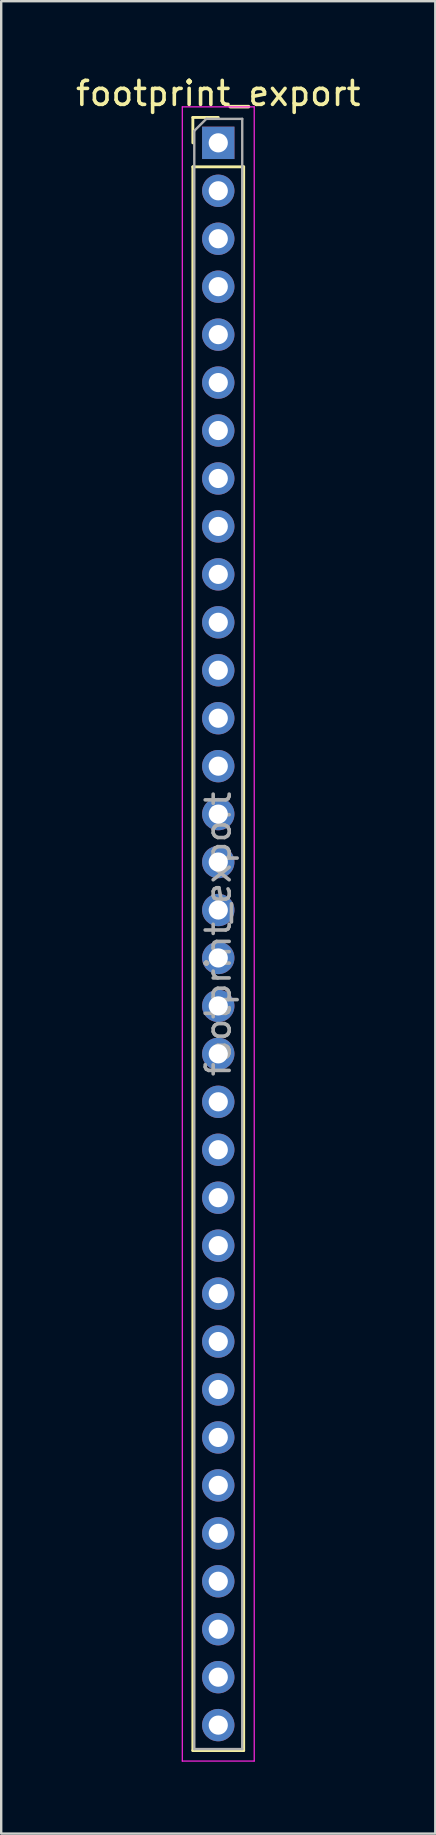
<source format=kicad_pcb>
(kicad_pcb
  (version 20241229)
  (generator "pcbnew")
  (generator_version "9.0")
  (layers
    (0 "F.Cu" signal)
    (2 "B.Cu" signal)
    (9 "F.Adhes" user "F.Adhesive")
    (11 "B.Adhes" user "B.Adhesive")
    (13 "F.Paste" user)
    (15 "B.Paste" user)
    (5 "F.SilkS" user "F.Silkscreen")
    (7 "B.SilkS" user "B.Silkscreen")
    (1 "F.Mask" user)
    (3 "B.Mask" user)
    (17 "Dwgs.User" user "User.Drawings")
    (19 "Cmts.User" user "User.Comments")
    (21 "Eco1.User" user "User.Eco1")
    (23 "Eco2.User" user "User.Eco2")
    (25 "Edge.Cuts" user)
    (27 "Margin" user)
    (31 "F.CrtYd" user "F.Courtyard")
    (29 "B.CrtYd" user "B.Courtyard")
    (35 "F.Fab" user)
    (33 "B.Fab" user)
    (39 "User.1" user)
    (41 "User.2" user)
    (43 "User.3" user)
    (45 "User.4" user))
  (footprint "footprint_export"
    (layer "F.Cu")
    (at 6.054 2.908)
    (property "Reference" "footprint_export" (at 0 -2.06 0) (layer "F.SilkS") (effects (font (size 1 1) (thickness 0.15))))
    (attr through_hole)
    (fp_line (start -1.06 -1.06) (end 0 -1.06) (stroke (width 0.12) (type solid)) (layer "F.SilkS"))
    (fp_line (start -1.06 0) (end -1.06 -1.06) (stroke (width 0.12) (type solid)) (layer "F.SilkS"))
    (fp_line (start -1.06 1) (end -1.06 67.06) (stroke (width 0.12) (type solid)) (layer "F.SilkS"))
    (fp_line (start -1.06 1) (end 1.06 1) (stroke (width 0.12) (type solid)) (layer "F.SilkS"))
    (fp_line (start -1.06 67.06) (end 1.06 67.06) (stroke (width 0.12) (type solid)) (layer "F.SilkS"))
    (fp_line (start 1.06 1) (end 1.06 67.06) (stroke (width 0.12) (type solid)) (layer "F.SilkS"))
    (fp_line (start -1.5 -1.5) (end -1.5 67.5) (stroke (width 0.05) (type solid)) (layer "F.CrtYd"))
    (fp_line (start -1.5 67.5) (end 1.5 67.5) (stroke (width 0.05) (type solid)) (layer "F.CrtYd"))
    (fp_line (start 1.5 -1.5) (end -1.5 -1.5) (stroke (width 0.05) (type solid)) (layer "F.CrtYd"))
    (fp_line (start 1.5 67.5) (end 1.5 -1.5) (stroke (width 0.05) (type solid)) (layer "F.CrtYd"))
    (fp_line (start -1 -0.5) (end -0.5 -1) (stroke (width 0.1) (type solid)) (layer "F.Fab"))
    (fp_line (start -1 67) (end -1 -0.5) (stroke (width 0.1) (type solid)) (layer "F.Fab"))
    (fp_line (start -0.5 -1) (end 1 -1) (stroke (width 0.1) (type solid)) (layer "F.Fab"))
    (fp_line (start 1 -1) (end 1 67) (stroke (width 0.1) (type solid)) (layer "F.Fab"))
    (fp_line (start 1 67) (end -1 67) (stroke (width 0.1) (type solid)) (layer "F.Fab"))
    (fp_text user "${REFERENCE}" (at 0 33 90) (layer "F.Fab") (effects (font (size 1 1) (thickness 0.15))))
    (pad "1" thru_hole rect (at 0 0) (size 1.35 1.35) (drill 0.8) (layers "*.Cu" "*.Mask"))
    (pad "2" thru_hole oval (at 0 2) (size 1.35 1.35) (drill 0.8) (layers "*.Cu" "*.Mask"))
    (pad "3" thru_hole oval (at 0 4) (size 1.35 1.35) (drill 0.8) (layers "*.Cu" "*.Mask"))
    (pad "4" thru_hole oval (at 0 6) (size 1.35 1.35) (drill 0.8) (layers "*.Cu" "*.Mask"))
    (pad "5" thru_hole oval (at 0 8) (size 1.35 1.35) (drill 0.8) (layers "*.Cu" "*.Mask"))
    (pad "6" thru_hole oval (at 0 10) (size 1.35 1.35) (drill 0.8) (layers "*.Cu" "*.Mask"))
    (pad "7" thru_hole oval (at 0 12) (size 1.35 1.35) (drill 0.8) (layers "*.Cu" "*.Mask"))
    (pad "8" thru_hole oval (at 0 14) (size 1.35 1.35) (drill 0.8) (layers "*.Cu" "*.Mask"))
    (pad "9" thru_hole oval (at 0 16) (size 1.35 1.35) (drill 0.8) (layers "*.Cu" "*.Mask"))
    (pad "10" thru_hole oval (at 0 18) (size 1.35 1.35) (drill 0.8) (layers "*.Cu" "*.Mask"))
    (pad "11" thru_hole oval (at 0 20) (size 1.35 1.35) (drill 0.8) (layers "*.Cu" "*.Mask"))
    (pad "12" thru_hole oval (at 0 22) (size 1.35 1.35) (drill 0.8) (layers "*.Cu" "*.Mask"))
    (pad "13" thru_hole oval (at 0 24) (size 1.35 1.35) (drill 0.8) (layers "*.Cu" "*.Mask"))
    (pad "14" thru_hole oval (at 0 26) (size 1.35 1.35) (drill 0.8) (layers "*.Cu" "*.Mask"))
    (pad "15" thru_hole oval (at 0 28) (size 1.35 1.35) (drill 0.8) (layers "*.Cu" "*.Mask"))
    (pad "16" thru_hole oval (at 0 30) (size 1.35 1.35) (drill 0.8) (layers "*.Cu" "*.Mask"))
    (pad "17" thru_hole oval (at 0 32) (size 1.35 1.35) (drill 0.8) (layers "*.Cu" "*.Mask"))
    (pad "18" thru_hole oval (at 0 34) (size 1.35 1.35) (drill 0.8) (layers "*.Cu" "*.Mask"))
    (pad "19" thru_hole oval (at 0 36) (size 1.35 1.35) (drill 0.8) (layers "*.Cu" "*.Mask"))
    (pad "20" thru_hole oval (at 0 38) (size 1.35 1.35) (drill 0.8) (layers "*.Cu" "*.Mask"))
    (pad "21" thru_hole oval (at 0 40) (size 1.35 1.35) (drill 0.8) (layers "*.Cu" "*.Mask"))
    (pad "22" thru_hole oval (at 0 42) (size 1.35 1.35) (drill 0.8) (layers "*.Cu" "*.Mask"))
    (pad "23" thru_hole oval (at 0 44) (size 1.35 1.35) (drill 0.8) (layers "*.Cu" "*.Mask"))
    (pad "24" thru_hole oval (at 0 46) (size 1.35 1.35) (drill 0.8) (layers "*.Cu" "*.Mask"))
    (pad "25" thru_hole oval (at 0 48) (size 1.35 1.35) (drill 0.8) (layers "*.Cu" "*.Mask"))
    (pad "26" thru_hole oval (at 0 50) (size 1.35 1.35) (drill 0.8) (layers "*.Cu" "*.Mask"))
    (pad "27" thru_hole oval (at 0 52) (size 1.35 1.35) (drill 0.8) (layers "*.Cu" "*.Mask"))
    (pad "28" thru_hole oval (at 0 54) (size 1.35 1.35) (drill 0.8) (layers "*.Cu" "*.Mask"))
    (pad "29" thru_hole oval (at 0 56) (size 1.35 1.35) (drill 0.8) (layers "*.Cu" "*.Mask"))
    (pad "30" thru_hole oval (at 0 58) (size 1.35 1.35) (drill 0.8) (layers "*.Cu" "*.Mask"))
    (pad "31" thru_hole oval (at 0 60) (size 1.35 1.35) (drill 0.8) (layers "*.Cu" "*.Mask"))
    (pad "32" thru_hole oval (at 0 62) (size 1.35 1.35) (drill 0.8) (layers "*.Cu" "*.Mask"))
    (pad "33" thru_hole oval (at 0 64) (size 1.35 1.35) (drill 0.8) (layers "*.Cu" "*.Mask"))
    (pad "34" thru_hole oval (at 0 66) (size 1.35 1.35) (drill 0.8) (layers "*.Cu" "*.Mask")))
  (gr_rect
    (start -3 -3)
    (end 15.107 73.433)
    (stroke (width 0.1) (type default))
    (fill no)
    (layer "Edge.Cuts")))
</source>
